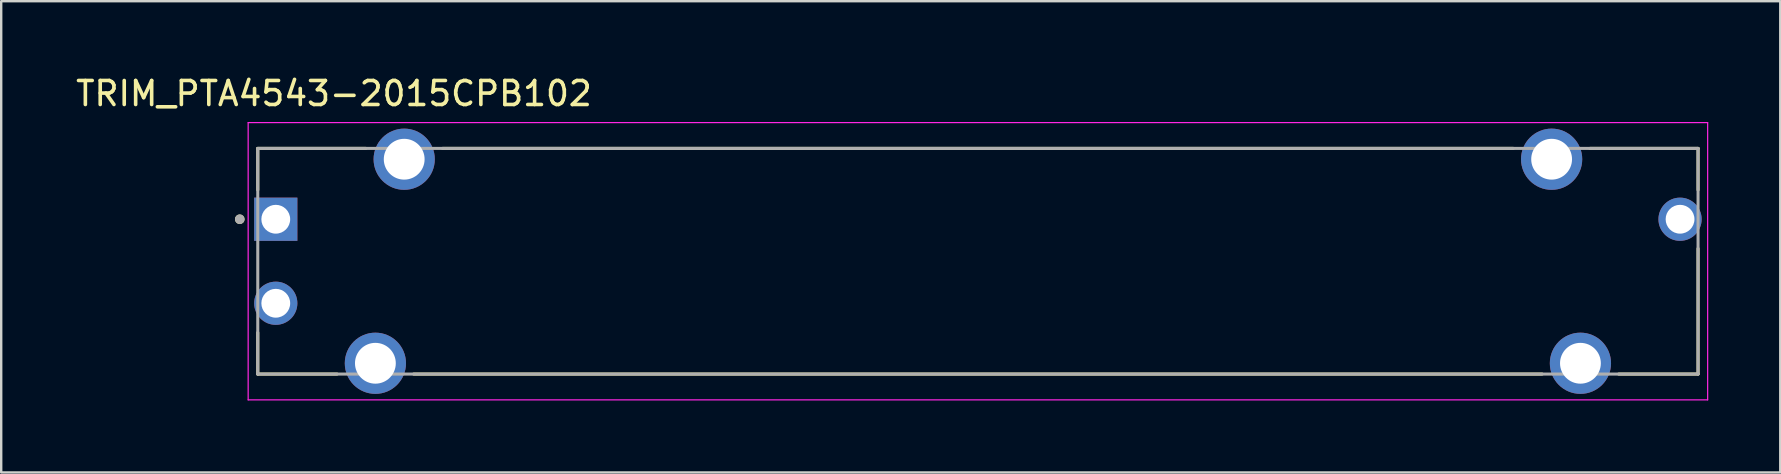
<source format=kicad_pcb>
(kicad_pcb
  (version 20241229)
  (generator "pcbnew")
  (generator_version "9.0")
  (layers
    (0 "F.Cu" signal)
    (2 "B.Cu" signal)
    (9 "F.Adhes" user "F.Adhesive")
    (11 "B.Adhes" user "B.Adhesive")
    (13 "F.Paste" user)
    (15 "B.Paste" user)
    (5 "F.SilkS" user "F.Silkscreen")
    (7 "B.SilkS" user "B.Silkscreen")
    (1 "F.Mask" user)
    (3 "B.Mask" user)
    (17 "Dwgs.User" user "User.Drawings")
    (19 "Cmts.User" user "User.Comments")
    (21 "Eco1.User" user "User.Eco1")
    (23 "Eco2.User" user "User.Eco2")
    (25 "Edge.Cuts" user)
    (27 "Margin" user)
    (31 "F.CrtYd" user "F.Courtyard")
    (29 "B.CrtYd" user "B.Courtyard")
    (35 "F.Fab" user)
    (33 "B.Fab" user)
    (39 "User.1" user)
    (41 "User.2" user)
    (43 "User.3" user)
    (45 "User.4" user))
  (footprint "TRIM_PTA4543-2015CPB102"
    (layer "F.Cu")
    (at 37.688 7.833)
    (property "Reference" "TRIM_PTA4543-2015CPB102" (at -26.825 -6.985 0) (layer "F.SilkS") (effects (font (size 1 1) (thickness 0.15))))
    (attr through_hole)
    (fp_line (start -30 -4.7) (end -25.495 -4.7) (stroke (width 0.127) (type solid)) (layer "F.SilkS"))
    (fp_line (start -30 -2.97) (end -30 -4.7) (stroke (width 0.127) (type solid)) (layer "F.SilkS"))
    (fp_line (start -30 4.7) (end -30 2.97) (stroke (width 0.127) (type solid)) (layer "F.SilkS"))
    (fp_line (start -26.695 4.7) (end -30 4.7) (stroke (width 0.127) (type solid)) (layer "F.SilkS"))
    (fp_line (start -23.505 4.7) (end 23.505 4.7) (stroke (width 0.127) (type solid)) (layer "F.SilkS"))
    (fp_line (start -22.305 -4.7) (end 22.305 -4.7) (stroke (width 0.127) (type solid)) (layer "F.SilkS"))
    (fp_line (start 25.495 -4.7) (end 30 -4.7) (stroke (width 0.127) (type solid)) (layer "F.SilkS"))
    (fp_line (start 30 -4.7) (end 30 -2.97) (stroke (width 0.127) (type solid)) (layer "F.SilkS"))
    (fp_line (start 30 4.7) (end 26.695 4.7) (stroke (width 0.127) (type solid)) (layer "F.SilkS"))
    (fp_line (start 30 4.7) (end 30 -0.53) (stroke (width 0.127) (type solid)) (layer "F.SilkS"))
    (fp_circle (center -30.75 -1.75) (end -30.65 -1.75) (stroke (width 0.2) (type solid)) (fill no) (layer "F.SilkS"))
    (fp_line (start -30.4 -5.775) (end -30.4 5.775) (stroke (width 0.05) (type solid)) (layer "F.CrtYd"))
    (fp_line (start -30.4 5.775) (end 30.4 5.775) (stroke (width 0.05) (type solid)) (layer "F.CrtYd"))
    (fp_line (start 30.4 -5.775) (end -30.4 -5.775) (stroke (width 0.05) (type solid)) (layer "F.CrtYd"))
    (fp_line (start 30.4 5.775) (end 30.4 -5.775) (stroke (width 0.05) (type solid)) (layer "F.CrtYd"))
    (fp_line (start -30 -4.7) (end 30 -4.7) (stroke (width 0.127) (type solid)) (layer "F.Fab"))
    (fp_line (start -30 4.7) (end -30 -4.7) (stroke (width 0.127) (type solid)) (layer "F.Fab"))
    (fp_line (start 30 -4.7) (end 30 4.7) (stroke (width 0.127) (type solid)) (layer "F.Fab"))
    (fp_line (start 30 4.7) (end -30 4.7) (stroke (width 0.127) (type solid)) (layer "F.Fab"))
    (fp_circle (center -30.75 -1.75) (end -30.65 -1.75) (stroke (width 0.2) (type solid)) (fill no) (layer "F.Fab"))
    (pad "1" thru_hole rect (at -29.25 -1.75) (size 1.8 1.8) (drill 1.2) (layers "*.Cu" "*.Mask"))
    (pad "2" thru_hole circle (at -29.25 1.75) (size 1.8 1.8) (drill 1.2) (layers "*.Cu" "*.Mask"))
    (pad "3" thru_hole circle (at 29.25 -1.75) (size 1.8 1.8) (drill 1.2) (layers "*.Cu" "*.Mask"))
    (pad "SH1" thru_hole circle (at -23.9 -4.25) (size 2.55 2.55) (drill 1.7) (layers "*.Cu" "*.Mask"))
    (pad "SH2" thru_hole circle (at -25.1 4.25) (size 2.55 2.55) (drill 1.7) (layers "*.Cu" "*.Mask"))
    (pad "SH3" thru_hole circle (at 23.9 -4.25) (size 2.55 2.55) (drill 1.7) (layers "*.Cu" "*.Mask"))
    (pad "SH4" thru_hole circle (at 25.1 4.25) (size 2.55 2.55) (drill 1.7) (layers "*.Cu" "*.Mask")))
  (gr_rect
    (start -3 -3)
    (end 71.113 16.633)
    (stroke (width 0.1) (type default))
    (fill no)
    (layer "Edge.Cuts")))
</source>
